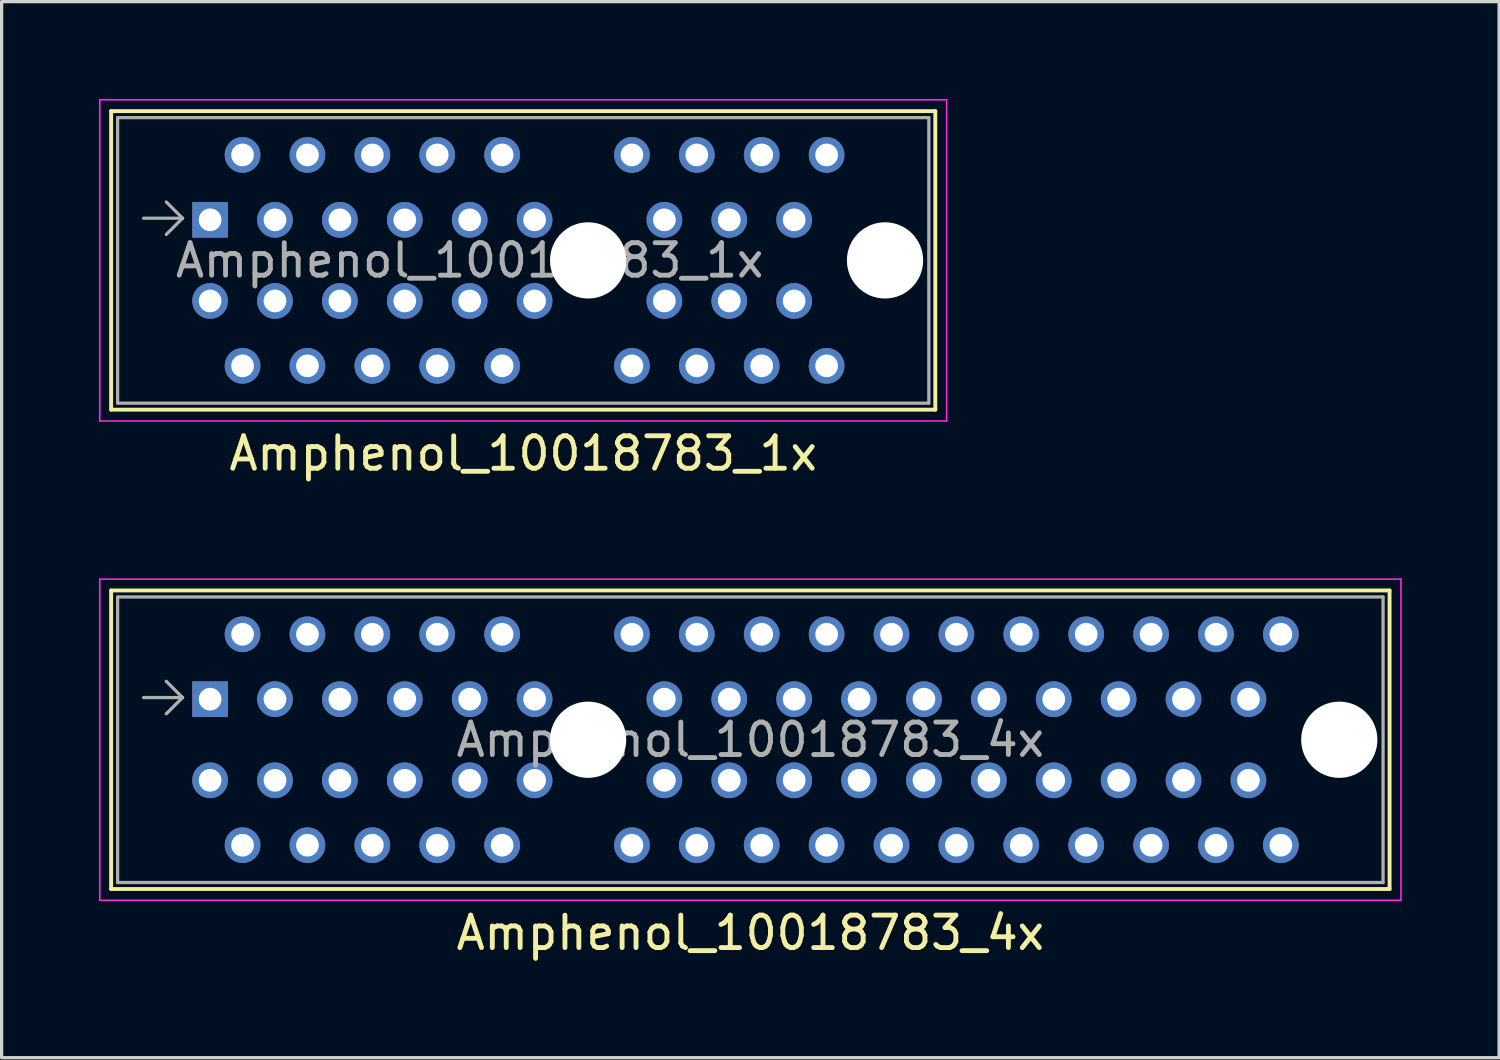
<source format=kicad_pcb>
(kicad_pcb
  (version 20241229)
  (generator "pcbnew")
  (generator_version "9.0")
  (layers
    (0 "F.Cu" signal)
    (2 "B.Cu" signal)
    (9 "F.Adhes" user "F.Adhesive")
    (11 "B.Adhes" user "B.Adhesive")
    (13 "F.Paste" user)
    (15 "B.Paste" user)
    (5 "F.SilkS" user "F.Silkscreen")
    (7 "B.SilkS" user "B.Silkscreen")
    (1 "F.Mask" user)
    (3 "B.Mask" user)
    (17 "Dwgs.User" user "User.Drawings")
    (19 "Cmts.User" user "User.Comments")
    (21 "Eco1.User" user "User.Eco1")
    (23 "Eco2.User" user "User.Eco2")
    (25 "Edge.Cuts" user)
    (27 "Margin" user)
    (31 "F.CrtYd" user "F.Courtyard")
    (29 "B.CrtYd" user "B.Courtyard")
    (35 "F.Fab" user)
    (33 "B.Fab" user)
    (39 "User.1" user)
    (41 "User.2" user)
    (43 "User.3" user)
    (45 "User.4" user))
  (footprint "Amphenol_10018783_4x"
    (layer "F.Cu")
    (at 3.425 18.498)
    (property "Reference" "Amphenol_10018783_4x" (at 16.65 7.2 0) (layer "F.SilkS") (effects (font (size 1 1) (thickness 0.15))))
    (attr through_hole)
    (fp_line (start -3.05 -3.35) (end -3.05 5.85) (stroke (width 0.12) (type solid)) (layer "F.SilkS"))
    (fp_line (start -3.05 5.85) (end 36.35 5.85) (stroke (width 0.12) (type solid)) (layer "F.SilkS"))
    (fp_line (start 36.35 -3.35) (end -3.05 -3.35) (stroke (width 0.12) (type solid)) (layer "F.SilkS"))
    (fp_line (start 36.35 5.85) (end 36.35 -3.35) (stroke (width 0.12) (type solid)) (layer "F.SilkS"))
    (fp_line (start -3.4 -3.7) (end -3.4 6.2) (stroke (width 0.05) (type solid)) (layer "F.CrtYd"))
    (fp_line (start -3.4 6.2) (end 36.7 6.2) (stroke (width 0.05) (type solid)) (layer "F.CrtYd"))
    (fp_line (start 36.7 -3.7) (end -3.4 -3.7) (stroke (width 0.05) (type solid)) (layer "F.CrtYd"))
    (fp_line (start 36.7 6.2) (end 36.7 -3.7) (stroke (width 0.05) (type solid)) (layer "F.CrtYd"))
    (fp_line (start -2.85 -3.15) (end -2.85 5.65) (stroke (width 0.1) (type solid)) (layer "F.Fab"))
    (fp_line (start -0.85 -0.05) (end -2.05 -0.05) (stroke (width 0.1) (type solid)) (layer "F.Fab"))
    (fp_line (start -0.85 -0.05) (end -1.35 -0.55) (stroke (width 0.1) (type solid)) (layer "F.Fab"))
    (fp_line (start -0.85 -0.05) (end -1.35 0.45) (stroke (width 0.1) (type solid)) (layer "F.Fab"))
    (fp_line (start 36.15 -3.15) (end -2.85 -3.15) (stroke (width 0.1) (type solid)) (layer "F.Fab"))
    (fp_line (start 36.15 -3.15) (end 36.15 5.65) (stroke (width 0.1) (type solid)) (layer "F.Fab"))
    (fp_line (start 36.15 5.65) (end -2.85 5.65) (stroke (width 0.1) (type solid)) (layer "F.Fab"))
    (fp_text user "${REFERENCE}" (at 16.65 1.25 0) (layer "F.Fab") (effects (font (size 1 1) (thickness 0.15))))
    (pad "" np_thru_hole circle (at 11.65 1.25) (size 2.35 2.35) (drill 2.35) (layers "*.Cu" "*.Mask"))
    (pad "" np_thru_hole circle (at 34.8 1.25) (size 2.35 2.35) (drill 2.35) (layers "*.Cu" "*.Mask"))
    (pad "A1" thru_hole rect (at 0 0) (size 1.1 1.1) (drill 0.7) (layers "*.Cu" "*.Mask"))
    (pad "A2" thru_hole circle (at 1 -2) (size 1.1 1.1) (drill 0.7) (layers "*.Cu" "*.Mask"))
    (pad "A3" thru_hole circle (at 2 0) (size 1.1 1.1) (drill 0.7) (layers "*.Cu" "*.Mask"))
    (pad "A4" thru_hole circle (at 3 -2) (size 1.1 1.1) (drill 0.7) (layers "*.Cu" "*.Mask"))
    (pad "A5" thru_hole circle (at 4 0) (size 1.1 1.1) (drill 0.7) (layers "*.Cu" "*.Mask"))
    (pad "A6" thru_hole circle (at 5 -2) (size 1.1 1.1) (drill 0.7) (layers "*.Cu" "*.Mask"))
    (pad "A7" thru_hole circle (at 6 0) (size 1.1 1.1) (drill 0.7) (layers "*.Cu" "*.Mask"))
    (pad "A8" thru_hole circle (at 7 -2) (size 1.1 1.1) (drill 0.7) (layers "*.Cu" "*.Mask"))
    (pad "A9" thru_hole circle (at 8 0) (size 1.1 1.1) (drill 0.7) (layers "*.Cu" "*.Mask"))
    (pad "A10" thru_hole circle (at 9 -2) (size 1.1 1.1) (drill 0.7) (layers "*.Cu" "*.Mask"))
    (pad "A11" thru_hole circle (at 10 0) (size 1.1 1.1) (drill 0.7) (layers "*.Cu" "*.Mask"))
    (pad "A12" thru_hole circle (at 13 -2) (size 1.1 1.1) (drill 0.7) (layers "*.Cu" "*.Mask"))
    (pad "A13" thru_hole circle (at 14 0) (size 1.1 1.1) (drill 0.7) (layers "*.Cu" "*.Mask"))
    (pad "A14" thru_hole circle (at 15 -2) (size 1.1 1.1) (drill 0.7) (layers "*.Cu" "*.Mask"))
    (pad "A15" thru_hole circle (at 16 0) (size 1.1 1.1) (drill 0.7) (layers "*.Cu" "*.Mask"))
    (pad "A16" thru_hole circle (at 17 -2) (size 1.1 1.1) (drill 0.7) (layers "*.Cu" "*.Mask"))
    (pad "A17" thru_hole circle (at 18 0) (size 1.1 1.1) (drill 0.7) (layers "*.Cu" "*.Mask"))
    (pad "A18" thru_hole circle (at 19 -2) (size 1.1 1.1) (drill 0.7) (layers "*.Cu" "*.Mask"))
    (pad "A19" thru_hole circle (at 20 0) (size 1.1 1.1) (drill 0.7) (layers "*.Cu" "*.Mask"))
    (pad "A20" thru_hole circle (at 21 -2) (size 1.1 1.1) (drill 0.7) (layers "*.Cu" "*.Mask"))
    (pad "A21" thru_hole circle (at 22 0) (size 1.1 1.1) (drill 0.7) (layers "*.Cu" "*.Mask"))
    (pad "A22" thru_hole circle (at 23 -2) (size 1.1 1.1) (drill 0.7) (layers "*.Cu" "*.Mask"))
    (pad "A23" thru_hole circle (at 24 0) (size 1.1 1.1) (drill 0.7) (layers "*.Cu" "*.Mask"))
    (pad "A24" thru_hole circle (at 25 -2) (size 1.1 1.1) (drill 0.7) (layers "*.Cu" "*.Mask"))
    (pad "A25" thru_hole circle (at 26 0) (size 1.1 1.1) (drill 0.7) (layers "*.Cu" "*.Mask"))
    (pad "A26" thru_hole circle (at 27 -2) (size 1.1 1.1) (drill 0.7) (layers "*.Cu" "*.Mask"))
    (pad "A27" thru_hole circle (at 28 0) (size 1.1 1.1) (drill 0.7) (layers "*.Cu" "*.Mask"))
    (pad "A28" thru_hole circle (at 29 -2) (size 1.1 1.1) (drill 0.7) (layers "*.Cu" "*.Mask"))
    (pad "A29" thru_hole circle (at 30 0) (size 1.1 1.1) (drill 0.7) (layers "*.Cu" "*.Mask"))
    (pad "A30" thru_hole circle (at 31 -2) (size 1.1 1.1) (drill 0.7) (layers "*.Cu" "*.Mask"))
    (pad "A31" thru_hole circle (at 32 0) (size 1.1 1.1) (drill 0.7) (layers "*.Cu" "*.Mask"))
    (pad "A32" thru_hole circle (at 33 -2) (size 1.1 1.1) (drill 0.7) (layers "*.Cu" "*.Mask"))
    (pad "B1" thru_hole circle (at 0 2.5) (size 1.1 1.1) (drill 0.7) (layers "*.Cu" "*.Mask"))
    (pad "B2" thru_hole circle (at 1 4.5) (size 1.1 1.1) (drill 0.7) (layers "*.Cu" "*.Mask"))
    (pad "B3" thru_hole circle (at 2 2.5) (size 1.1 1.1) (drill 0.7) (layers "*.Cu" "*.Mask"))
    (pad "B4" thru_hole circle (at 3 4.5) (size 1.1 1.1) (drill 0.7) (layers "*.Cu" "*.Mask"))
    (pad "B5" thru_hole circle (at 4 2.5) (size 1.1 1.1) (drill 0.7) (layers "*.Cu" "*.Mask"))
    (pad "B6" thru_hole circle (at 5 4.5) (size 1.1 1.1) (drill 0.7) (layers "*.Cu" "*.Mask"))
    (pad "B7" thru_hole circle (at 6 2.5) (size 1.1 1.1) (drill 0.7) (layers "*.Cu" "*.Mask"))
    (pad "B8" thru_hole circle (at 7 4.5) (size 1.1 1.1) (drill 0.7) (layers "*.Cu" "*.Mask"))
    (pad "B9" thru_hole circle (at 8 2.5) (size 1.1 1.1) (drill 0.7) (layers "*.Cu" "*.Mask"))
    (pad "B10" thru_hole circle (at 9 4.5) (size 1.1 1.1) (drill 0.7) (layers "*.Cu" "*.Mask"))
    (pad "B11" thru_hole circle (at 10 2.5) (size 1.1 1.1) (drill 0.7) (layers "*.Cu" "*.Mask"))
    (pad "B12" thru_hole circle (at 13 4.5) (size 1.1 1.1) (drill 0.7) (layers "*.Cu" "*.Mask"))
    (pad "B13" thru_hole circle (at 14 2.5) (size 1.1 1.1) (drill 0.7) (layers "*.Cu" "*.Mask"))
    (pad "B14" thru_hole circle (at 15 4.5) (size 1.1 1.1) (drill 0.7) (layers "*.Cu" "*.Mask"))
    (pad "B15" thru_hole circle (at 16 2.5) (size 1.1 1.1) (drill 0.7) (layers "*.Cu" "*.Mask"))
    (pad "B16" thru_hole circle (at 17 4.5) (size 1.1 1.1) (drill 0.7) (layers "*.Cu" "*.Mask"))
    (pad "B17" thru_hole circle (at 18 2.5) (size 1.1 1.1) (drill 0.7) (layers "*.Cu" "*.Mask"))
    (pad "B18" thru_hole circle (at 19 4.5) (size 1.1 1.1) (drill 0.7) (layers "*.Cu" "*.Mask"))
    (pad "B19" thru_hole circle (at 20 2.5) (size 1.1 1.1) (drill 0.7) (layers "*.Cu" "*.Mask"))
    (pad "B20" thru_hole circle (at 21 4.5) (size 1.1 1.1) (drill 0.7) (layers "*.Cu" "*.Mask"))
    (pad "B21" thru_hole circle (at 22 2.5) (size 1.1 1.1) (drill 0.7) (layers "*.Cu" "*.Mask"))
    (pad "B22" thru_hole circle (at 23 4.5) (size 1.1 1.1) (drill 0.7) (layers "*.Cu" "*.Mask"))
    (pad "B23" thru_hole circle (at 24 2.5) (size 1.1 1.1) (drill 0.7) (layers "*.Cu" "*.Mask"))
    (pad "B24" thru_hole circle (at 25 4.5) (size 1.1 1.1) (drill 0.7) (layers "*.Cu" "*.Mask"))
    (pad "B25" thru_hole circle (at 26 2.5) (size 1.1 1.1) (drill 0.7) (layers "*.Cu" "*.Mask"))
    (pad "B26" thru_hole circle (at 27 4.5) (size 1.1 1.1) (drill 0.7) (layers "*.Cu" "*.Mask"))
    (pad "B27" thru_hole circle (at 28 2.5) (size 1.1 1.1) (drill 0.7) (layers "*.Cu" "*.Mask"))
    (pad "B28" thru_hole circle (at 29 4.5) (size 1.1 1.1) (drill 0.7) (layers "*.Cu" "*.Mask"))
    (pad "B29" thru_hole circle (at 30 2.5) (size 1.1 1.1) (drill 0.7) (layers "*.Cu" "*.Mask"))
    (pad "B30" thru_hole circle (at 31 4.5) (size 1.1 1.1) (drill 0.7) (layers "*.Cu" "*.Mask"))
    (pad "B31" thru_hole circle (at 32 2.5) (size 1.1 1.1) (drill 0.7) (layers "*.Cu" "*.Mask"))
    (pad "B32" thru_hole circle (at 33 4.5) (size 1.1 1.1) (drill 0.7) (layers "*.Cu" "*.Mask")))
  (footprint "Amphenol_10018783_1x"
    (layer "F.Cu")
    (at 3.425 3.725)
    (property "Reference" "Amphenol_10018783_1x" (at 9.65 7.2 0) (layer "F.SilkS") (effects (font (size 1 1) (thickness 0.15))))
    (attr through_hole)
    (fp_line (start -3.05 -3.35) (end -3.05 5.85) (stroke (width 0.12) (type solid)) (layer "F.SilkS"))
    (fp_line (start -3.05 5.85) (end 22.35 5.85) (stroke (width 0.12) (type solid)) (layer "F.SilkS"))
    (fp_line (start 22.35 -3.35) (end -3.05 -3.35) (stroke (width 0.12) (type solid)) (layer "F.SilkS"))
    (fp_line (start 22.35 5.85) (end 22.35 -3.35) (stroke (width 0.12) (type solid)) (layer "F.SilkS"))
    (fp_line (start -3.4 -3.7) (end -3.4 6.2) (stroke (width 0.05) (type solid)) (layer "F.CrtYd"))
    (fp_line (start -3.4 6.2) (end 22.7 6.2) (stroke (width 0.05) (type solid)) (layer "F.CrtYd"))
    (fp_line (start 22.7 -3.7) (end -3.4 -3.7) (stroke (width 0.05) (type solid)) (layer "F.CrtYd"))
    (fp_line (start 22.7 6.2) (end 22.7 -3.7) (stroke (width 0.05) (type solid)) (layer "F.CrtYd"))
    (fp_line (start -2.85 -3.15) (end -2.85 5.65) (stroke (width 0.1) (type solid)) (layer "F.Fab"))
    (fp_line (start -0.85 -0.05) (end -2.05 -0.05) (stroke (width 0.1) (type solid)) (layer "F.Fab"))
    (fp_line (start -0.85 -0.05) (end -1.35 -0.55) (stroke (width 0.1) (type solid)) (layer "F.Fab"))
    (fp_line (start -0.85 -0.05) (end -1.35 0.45) (stroke (width 0.1) (type solid)) (layer "F.Fab"))
    (fp_line (start 22.15 -3.15) (end -2.85 -3.15) (stroke (width 0.1) (type solid)) (layer "F.Fab"))
    (fp_line (start 22.15 -3.15) (end 22.15 5.65) (stroke (width 0.1) (type solid)) (layer "F.Fab"))
    (fp_line (start 22.15 5.65) (end -2.85 5.65) (stroke (width 0.1) (type solid)) (layer "F.Fab"))
    (fp_text user "${REFERENCE}" (at 8 1.25 0) (layer "F.Fab") (effects (font (size 1 1) (thickness 0.15))))
    (pad "" np_thru_hole circle (at 11.65 1.25) (size 2.35 2.35) (drill 2.35) (layers "*.Cu" "*.Mask"))
    (pad "" np_thru_hole circle (at 20.8 1.25) (size 2.35 2.35) (drill 2.35) (layers "*.Cu" "*.Mask"))
    (pad "A1" thru_hole rect (at 0 0) (size 1.1 1.1) (drill 0.7) (layers "*.Cu" "*.Mask"))
    (pad "A2" thru_hole circle (at 1 -2) (size 1.1 1.1) (drill 0.7) (layers "*.Cu" "*.Mask"))
    (pad "A3" thru_hole circle (at 2 0) (size 1.1 1.1) (drill 0.7) (layers "*.Cu" "*.Mask"))
    (pad "A4" thru_hole circle (at 3 -2) (size 1.1 1.1) (drill 0.7) (layers "*.Cu" "*.Mask"))
    (pad "A5" thru_hole circle (at 4 0) (size 1.1 1.1) (drill 0.7) (layers "*.Cu" "*.Mask"))
    (pad "A6" thru_hole circle (at 5 -2) (size 1.1 1.1) (drill 0.7) (layers "*.Cu" "*.Mask"))
    (pad "A7" thru_hole circle (at 6 0) (size 1.1 1.1) (drill 0.7) (layers "*.Cu" "*.Mask"))
    (pad "A8" thru_hole circle (at 7 -2) (size 1.1 1.1) (drill 0.7) (layers "*.Cu" "*.Mask"))
    (pad "A9" thru_hole circle (at 8 0) (size 1.1 1.1) (drill 0.7) (layers "*.Cu" "*.Mask"))
    (pad "A10" thru_hole circle (at 9 -2) (size 1.1 1.1) (drill 0.7) (layers "*.Cu" "*.Mask"))
    (pad "A11" thru_hole circle (at 10 0) (size 1.1 1.1) (drill 0.7) (layers "*.Cu" "*.Mask"))
    (pad "A12" thru_hole circle (at 13 -2) (size 1.1 1.1) (drill 0.7) (layers "*.Cu" "*.Mask"))
    (pad "A13" thru_hole circle (at 14 0) (size 1.1 1.1) (drill 0.7) (layers "*.Cu" "*.Mask"))
    (pad "A14" thru_hole circle (at 15 -2) (size 1.1 1.1) (drill 0.7) (layers "*.Cu" "*.Mask"))
    (pad "A15" thru_hole circle (at 16 0) (size 1.1 1.1) (drill 0.7) (layers "*.Cu" "*.Mask"))
    (pad "A16" thru_hole circle (at 17 -2) (size 1.1 1.1) (drill 0.7) (layers "*.Cu" "*.Mask"))
    (pad "A17" thru_hole circle (at 18 0) (size 1.1 1.1) (drill 0.7) (layers "*.Cu" "*.Mask"))
    (pad "A18" thru_hole circle (at 19 -2) (size 1.1 1.1) (drill 0.7) (layers "*.Cu" "*.Mask"))
    (pad "B1" thru_hole circle (at 0 2.5) (size 1.1 1.1) (drill 0.7) (layers "*.Cu" "*.Mask"))
    (pad "B2" thru_hole circle (at 1 4.5) (size 1.1 1.1) (drill 0.7) (layers "*.Cu" "*.Mask"))
    (pad "B3" thru_hole circle (at 2 2.5) (size 1.1 1.1) (drill 0.7) (layers "*.Cu" "*.Mask"))
    (pad "B4" thru_hole circle (at 3 4.5) (size 1.1 1.1) (drill 0.7) (layers "*.Cu" "*.Mask"))
    (pad "B5" thru_hole circle (at 4 2.5) (size 1.1 1.1) (drill 0.7) (layers "*.Cu" "*.Mask"))
    (pad "B6" thru_hole circle (at 5 4.5) (size 1.1 1.1) (drill 0.7) (layers "*.Cu" "*.Mask"))
    (pad "B7" thru_hole circle (at 6 2.5) (size 1.1 1.1) (drill 0.7) (layers "*.Cu" "*.Mask"))
    (pad "B8" thru_hole circle (at 7 4.5) (size 1.1 1.1) (drill 0.7) (layers "*.Cu" "*.Mask"))
    (pad "B9" thru_hole circle (at 8 2.5) (size 1.1 1.1) (drill 0.7) (layers "*.Cu" "*.Mask"))
    (pad "B10" thru_hole circle (at 9 4.5) (size 1.1 1.1) (drill 0.7) (layers "*.Cu" "*.Mask"))
    (pad "B11" thru_hole circle (at 10 2.5) (size 1.1 1.1) (drill 0.7) (layers "*.Cu" "*.Mask"))
    (pad "B12" thru_hole circle (at 13 4.5) (size 1.1 1.1) (drill 0.7) (layers "*.Cu" "*.Mask"))
    (pad "B13" thru_hole circle (at 14 2.5) (size 1.1 1.1) (drill 0.7) (layers "*.Cu" "*.Mask"))
    (pad "B14" thru_hole circle (at 15 4.5) (size 1.1 1.1) (drill 0.7) (layers "*.Cu" "*.Mask"))
    (pad "B15" thru_hole circle (at 16 2.5) (size 1.1 1.1) (drill 0.7) (layers "*.Cu" "*.Mask"))
    (pad "B16" thru_hole circle (at 17 4.5) (size 1.1 1.1) (drill 0.7) (layers "*.Cu" "*.Mask"))
    (pad "B17" thru_hole circle (at 18 2.5) (size 1.1 1.1) (drill 0.7) (layers "*.Cu" "*.Mask"))
    (pad "B18" thru_hole circle (at 19 4.5) (size 1.1 1.1) (drill 0.7) (layers "*.Cu" "*.Mask")))
  (gr_rect
    (start -3 -3)
    (end 43.15 29.547)
    (stroke (width 0.1) (type default))
    (fill no)
    (layer "Edge.Cuts")))
</source>
